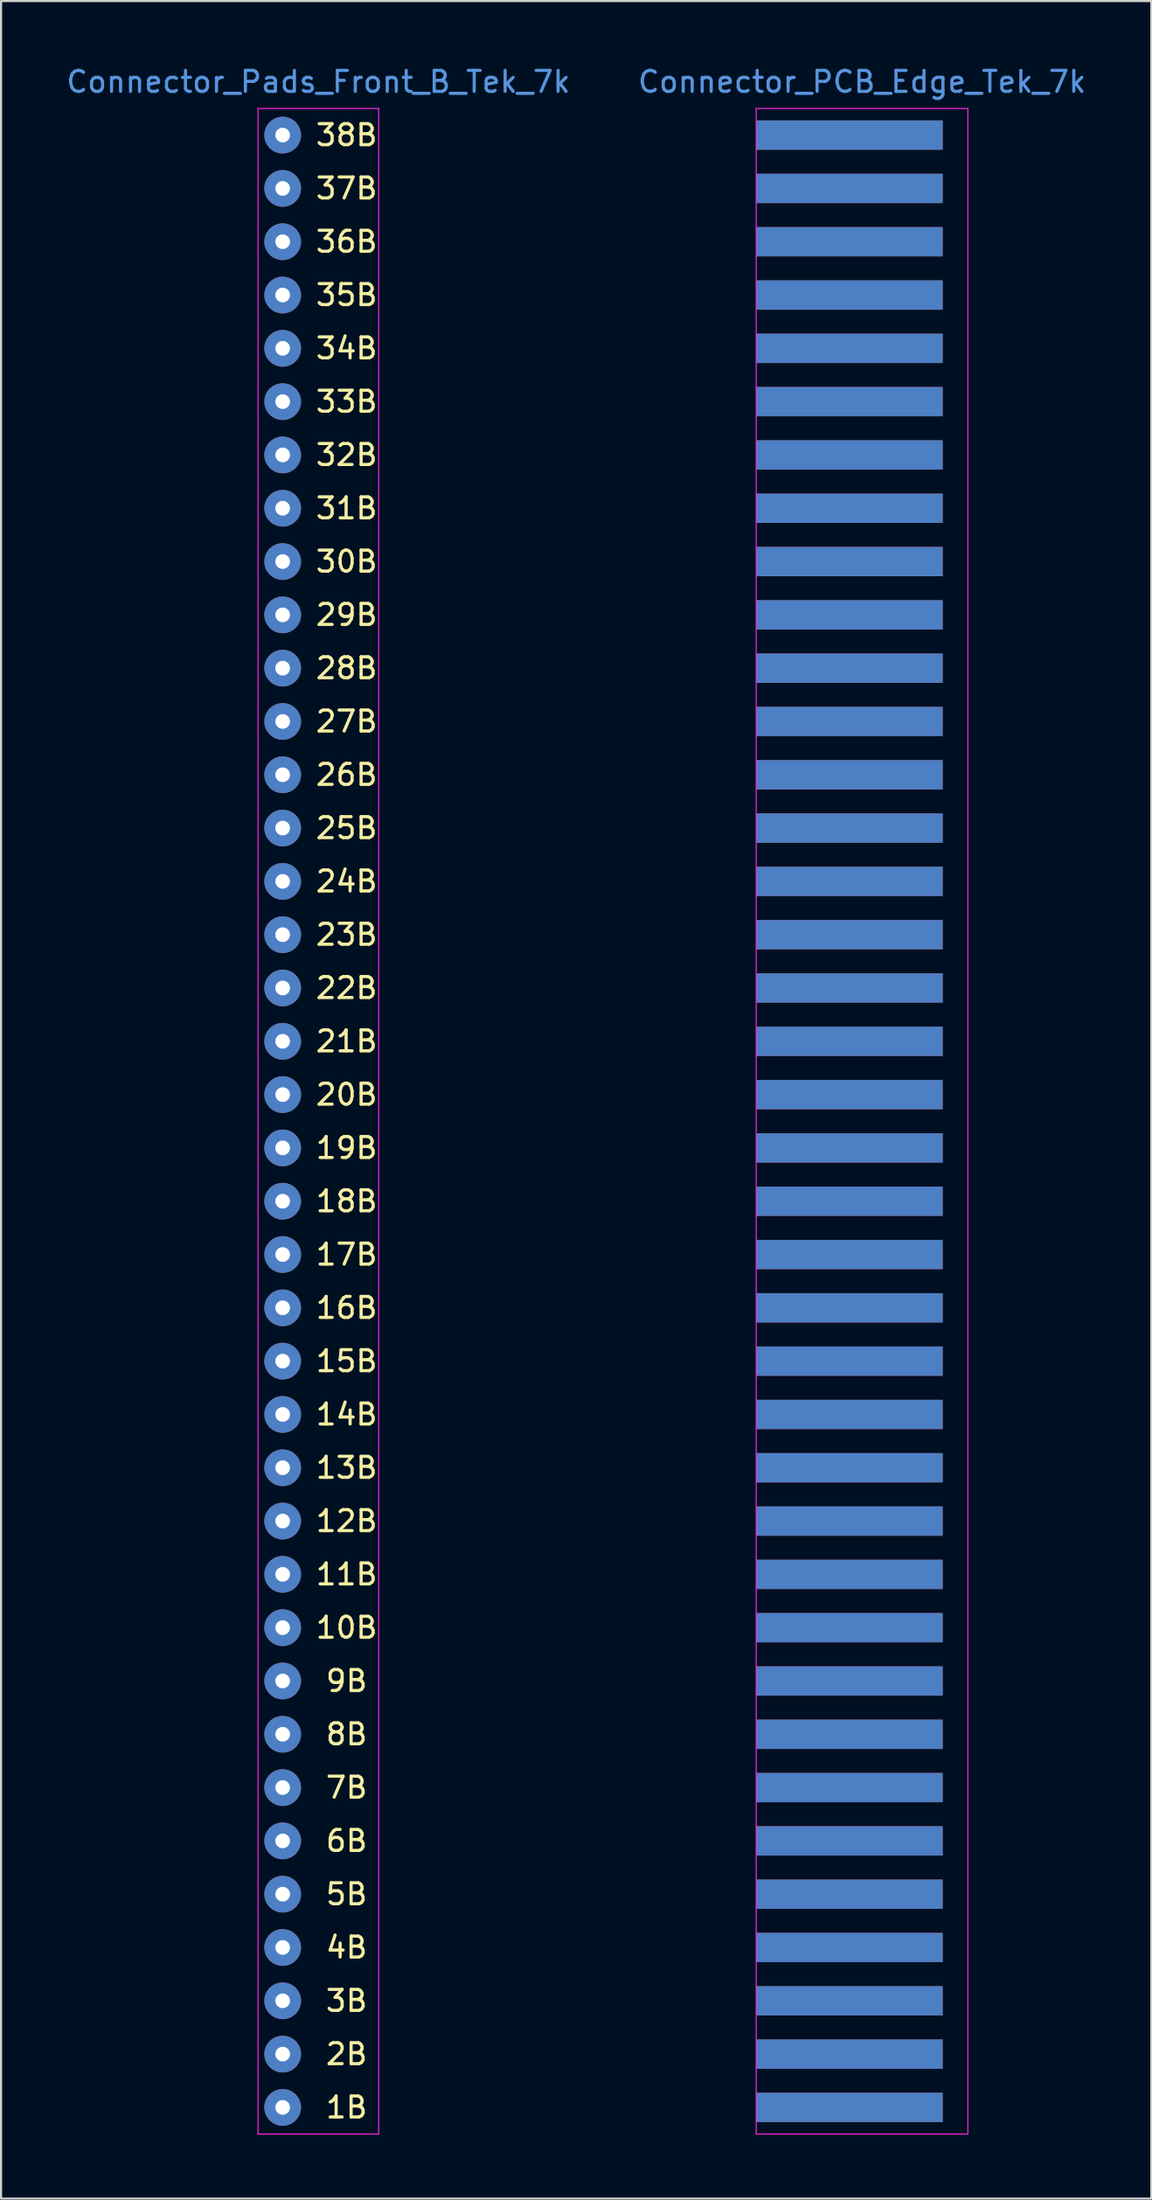
<source format=kicad_pcb>
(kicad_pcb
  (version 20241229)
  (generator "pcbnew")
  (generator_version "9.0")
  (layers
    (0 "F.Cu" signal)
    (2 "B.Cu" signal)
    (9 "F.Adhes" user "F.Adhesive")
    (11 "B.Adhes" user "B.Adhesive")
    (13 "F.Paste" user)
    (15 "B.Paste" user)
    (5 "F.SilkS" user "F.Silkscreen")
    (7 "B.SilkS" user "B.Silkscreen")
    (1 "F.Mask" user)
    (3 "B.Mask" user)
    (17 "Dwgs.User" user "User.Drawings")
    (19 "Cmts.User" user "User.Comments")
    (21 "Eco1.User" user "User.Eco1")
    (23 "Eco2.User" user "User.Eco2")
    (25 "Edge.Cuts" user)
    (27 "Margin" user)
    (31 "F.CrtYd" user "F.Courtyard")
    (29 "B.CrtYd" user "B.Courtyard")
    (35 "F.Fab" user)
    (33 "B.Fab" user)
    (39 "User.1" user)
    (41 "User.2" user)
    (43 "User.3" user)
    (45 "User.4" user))
  (footprint "Connector_Pads_Front_B_Tek_7k"
    (layer "F.Cu")
    (at 10.425 50.378)
    (property "Reference" "Connector_Pads_Front_B_Tek_7k" (at 1.7 -49.53 0) (layer "Cmts.User") (effects (font (size 1 1) (thickness 0.15))))
    (attr through_hole)
    (fp_line (start -1.175 -48.26) (end -1.175 48.26) (stroke (width 0.05) (type solid)) (layer "F.CrtYd"))
    (fp_line (start -1.175 48.26) (end 4.575 48.26) (stroke (width 0.05) (type solid)) (layer "F.CrtYd"))
    (fp_line (start 4.575 -48.26) (end -1.175 -48.26) (stroke (width 0.05) (type solid)) (layer "F.CrtYd"))
    (fp_line (start 4.575 48.26) (end 4.575 -48.26) (stroke (width 0.05) (type solid)) (layer "F.CrtYd"))
    (fp_text user "13B" (at 3.048 16.51 0) (layer "F.SilkS") (effects (font (size 1 1) (thickness 0.15))))
    (fp_text user "23B" (at 3.048 -8.89 0) (layer "F.SilkS") (effects (font (size 1 1) (thickness 0.15))))
    (fp_text user "15B" (at 3.048 11.43 0) (layer "F.SilkS") (effects (font (size 1 1) (thickness 0.15))))
    (fp_text user "29B" (at 3.048 -24.13 0) (layer "F.SilkS") (effects (font (size 1 1) (thickness 0.15))))
    (fp_text user "26B" (at 3.048 -16.51 0) (layer "F.SilkS") (effects (font (size 1 1) (thickness 0.15))))
    (fp_text user "2B" (at 3.048 44.45 0) (layer "F.SilkS") (effects (font (size 1 1) (thickness 0.15))))
    (fp_text user "37B" (at 3.048 -44.45 0) (layer "F.SilkS") (effects (font (size 1 1) (thickness 0.15))))
    (fp_text user "10B" (at 3.048 24.13 0) (layer "F.SilkS") (effects (font (size 1 1) (thickness 0.15))))
    (fp_text user "4B" (at 3.048 39.37 0) (layer "F.SilkS") (effects (font (size 1 1) (thickness 0.15))))
    (fp_text user "5B" (at 3.048 36.83 0) (layer "F.SilkS") (effects (font (size 1 1) (thickness 0.15))))
    (fp_text user "32B" (at 3.048 -31.75 0) (layer "F.SilkS") (effects (font (size 1 1) (thickness 0.15))))
    (fp_text user "22B" (at 3.048 -6.35 0) (layer "F.SilkS") (effects (font (size 1 1) (thickness 0.15))))
    (fp_text user "7B" (at 3.048 31.75 0) (layer "F.SilkS") (effects (font (size 1 1) (thickness 0.15))))
    (fp_text user "18B" (at 3.048 3.81 0) (layer "F.SilkS") (effects (font (size 1 1) (thickness 0.15))))
    (fp_text user "36B" (at 3.048 -41.91 0) (layer "F.SilkS") (effects (font (size 1 1) (thickness 0.15))))
    (fp_text user "17B" (at 3.048 6.35 0) (layer "F.SilkS") (effects (font (size 1 1) (thickness 0.15))))
    (fp_text user "27B" (at 3.048 -19.05 0) (layer "F.SilkS") (effects (font (size 1 1) (thickness 0.15))))
    (fp_text user "30B" (at 3.048 -26.67 0) (layer "F.SilkS") (effects (font (size 1 1) (thickness 0.15))))
    (fp_text user "3B" (at 3.048 41.91 0) (layer "F.SilkS") (effects (font (size 1 1) (thickness 0.15))))
    (fp_text user "20B" (at 3.048 -1.27 0) (layer "F.SilkS") (effects (font (size 1 1) (thickness 0.15))))
    (fp_text user "6B" (at 3.048 34.29 0) (layer "F.SilkS") (effects (font (size 1 1) (thickness 0.15))))
    (fp_text user "9B" (at 3.048 26.67 0) (layer "F.SilkS") (effects (font (size 1 1) (thickness 0.15))))
    (fp_text user "33B" (at 3.048 -34.29 0) (layer "F.SilkS") (effects (font (size 1 1) (thickness 0.15))))
    (fp_text user "11B" (at 3.048 21.59 0) (layer "F.SilkS") (effects (font (size 1 1) (thickness 0.15))))
    (fp_text user "34B" (at 3.048 -36.83 0) (layer "F.SilkS") (effects (font (size 1 1) (thickness 0.15))))
    (fp_text user "19B" (at 3.048 1.27 0) (layer "F.SilkS") (effects (font (size 1 1) (thickness 0.15))))
    (fp_text user "38B" (at 3.048 -46.99 0) (layer "F.SilkS") (effects (font (size 1 1) (thickness 0.15))))
    (fp_text user "28B" (at 3.048 -21.59 0) (layer "F.SilkS") (effects (font (size 1 1) (thickness 0.15))))
    (fp_text user "35B" (at 3.048 -39.37 0) (layer "F.SilkS") (effects (font (size 1 1) (thickness 0.15))))
    (fp_text user "25B" (at 3.048 -13.97 0) (layer "F.SilkS") (effects (font (size 1 1) (thickness 0.15))))
    (fp_text user "16B" (at 3.048 8.89 0) (layer "F.SilkS") (effects (font (size 1 1) (thickness 0.15))))
    (fp_text user "8B" (at 3.048 29.21 0) (layer "F.SilkS") (effects (font (size 1 1) (thickness 0.15))))
    (fp_text user "14B" (at 3.048 13.97 0) (layer "F.SilkS") (effects (font (size 1 1) (thickness 0.15))))
    (fp_text user "1B" (at 3.048 46.99 0) (layer "F.SilkS") (effects (font (size 1 1) (thickness 0.15))))
    (fp_text user "12B" (at 3.048 19.05 0) (layer "F.SilkS") (effects (font (size 1 1) (thickness 0.15))))
    (fp_text user "21B" (at 3.048 -3.81 0) (layer "F.SilkS") (effects (font (size 1 1) (thickness 0.15))))
    (fp_text user "31B" (at 3.048 -29.21 0) (layer "F.SilkS") (effects (font (size 1 1) (thickness 0.15))))
    (fp_text user "24B" (at 3.048 -11.43 0) (layer "F.SilkS") (effects (font (size 1 1) (thickness 0.15))))
    (pad "1" thru_hole circle (at 0 46.99) (size 1.75 1.75) (drill 0.7) (layers "*.Cu" "*.Mask"))
    (pad "2" thru_hole circle (at 0 44.45) (size 1.75 1.75) (drill 0.7) (layers "*.Cu" "*.Mask"))
    (pad "3" thru_hole circle (at 0 41.91) (size 1.75 1.75) (drill 0.7) (layers "*.Cu" "*.Mask"))
    (pad "4" thru_hole circle (at 0 39.37) (size 1.75 1.75) (drill 0.7) (layers "*.Cu" "*.Mask"))
    (pad "5" thru_hole circle (at 0 36.83) (size 1.75 1.75) (drill 0.7) (layers "*.Cu" "*.Mask"))
    (pad "6" thru_hole circle (at 0 34.29) (size 1.75 1.75) (drill 0.7) (layers "*.Cu" "*.Mask"))
    (pad "7" thru_hole circle (at 0 31.75) (size 1.75 1.75) (drill 0.7) (layers "*.Cu" "*.Mask"))
    (pad "8" thru_hole circle (at 0 29.21) (size 1.75 1.75) (drill 0.7) (layers "*.Cu" "*.Mask"))
    (pad "9" thru_hole circle (at 0 26.67) (size 1.75 1.75) (drill 0.7) (layers "*.Cu" "*.Mask"))
    (pad "10" thru_hole circle (at 0 24.13) (size 1.75 1.75) (drill 0.7) (layers "*.Cu" "*.Mask"))
    (pad "11" thru_hole circle (at 0 21.59) (size 1.75 1.75) (drill 0.7) (layers "*.Cu" "*.Mask"))
    (pad "12" thru_hole circle (at 0 19.05) (size 1.75 1.75) (drill 0.7) (layers "*.Cu" "*.Mask"))
    (pad "13" thru_hole circle (at 0 16.51) (size 1.75 1.75) (drill 0.7) (layers "*.Cu" "*.Mask"))
    (pad "14" thru_hole circle (at 0 13.97) (size 1.75 1.75) (drill 0.7) (layers "*.Cu" "*.Mask"))
    (pad "15" thru_hole circle (at 0 11.43) (size 1.75 1.75) (drill 0.7) (layers "*.Cu" "*.Mask"))
    (pad "16" thru_hole circle (at 0 8.89) (size 1.75 1.75) (drill 0.7) (layers "*.Cu" "*.Mask"))
    (pad "17" thru_hole circle (at 0 6.35) (size 1.75 1.75) (drill 0.7) (layers "*.Cu" "*.Mask"))
    (pad "18" thru_hole circle (at 0 3.81) (size 1.75 1.75) (drill 0.7) (layers "*.Cu" "*.Mask"))
    (pad "19" thru_hole circle (at 0 1.27) (size 1.75 1.75) (drill 0.7) (layers "*.Cu" "*.Mask"))
    (pad "20" thru_hole circle (at 0 -1.27) (size 1.75 1.75) (drill 0.7) (layers "*.Cu" "*.Mask"))
    (pad "21" thru_hole circle (at 0 -3.81) (size 1.75 1.75) (drill 0.7) (layers "*.Cu" "*.Mask"))
    (pad "22" thru_hole circle (at 0 -6.35) (size 1.75 1.75) (drill 0.7) (layers "*.Cu" "*.Mask"))
    (pad "23" thru_hole circle (at 0 -8.89) (size 1.75 1.75) (drill 0.7) (layers "*.Cu" "*.Mask"))
    (pad "24" thru_hole circle (at 0 -11.43) (size 1.75 1.75) (drill 0.7) (layers "*.Cu" "*.Mask"))
    (pad "25" thru_hole circle (at 0 -13.97) (size 1.75 1.75) (drill 0.7) (layers "*.Cu" "*.Mask"))
    (pad "26" thru_hole circle (at 0 -16.51) (size 1.75 1.75) (drill 0.7) (layers "*.Cu" "*.Mask"))
    (pad "27" thru_hole circle (at 0 -19.05) (size 1.75 1.75) (drill 0.7) (layers "*.Cu" "*.Mask"))
    (pad "28" thru_hole circle (at 0 -21.59) (size 1.75 1.75) (drill 0.7) (layers "*.Cu" "*.Mask"))
    (pad "29" thru_hole circle (at 0 -24.13) (size 1.75 1.75) (drill 0.7) (layers "*.Cu" "*.Mask"))
    (pad "30" thru_hole circle (at 0 -26.67) (size 1.75 1.75) (drill 0.7) (layers "*.Cu" "*.Mask"))
    (pad "31" thru_hole circle (at 0 -29.21) (size 1.75 1.75) (drill 0.7) (layers "*.Cu" "*.Mask"))
    (pad "32" thru_hole circle (at 0 -31.75) (size 1.75 1.75) (drill 0.7) (layers "*.Cu" "*.Mask"))
    (pad "33" thru_hole circle (at 0 -34.29) (size 1.75 1.75) (drill 0.7) (layers "*.Cu" "*.Mask"))
    (pad "34" thru_hole circle (at 0 -36.83) (size 1.75 1.75) (drill 0.7) (layers "*.Cu" "*.Mask"))
    (pad "35" thru_hole circle (at 0 -39.37) (size 1.75 1.75) (drill 0.7) (layers "*.Cu" "*.Mask"))
    (pad "36" thru_hole circle (at 0 -41.91) (size 1.75 1.75) (drill 0.7) (layers "*.Cu" "*.Mask"))
    (pad "37" thru_hole circle (at 0 -44.45) (size 1.75 1.75) (drill 0.7) (layers "*.Cu" "*.Mask"))
    (pad "38" thru_hole circle (at 0 -46.99) (size 1.75 1.75) (drill 0.7) (layers "*.Cu" "*.Mask")))
  (footprint "Connector_PCB_Edge_Tek_7k"
    (layer "F.Cu")
    (at 37.442 50.378)
    (property "Reference" "Connector_PCB_Edge_Tek_7k" (at 0.6 -49.53 0) (layer "Cmts.User") (effects (font (size 1 1) (thickness 0.15))))
    (attr through_hole)
    (fp_poly (pts (xy -4.445 -48.26) (xy -4.445 48.26) (xy 5.645 48.26) (xy 5.645 -48.26)) (stroke (width 0.15) (type solid)) (fill yes) (layer "F.Mask"))
    (fp_poly (pts (xy -4.445 -48.26) (xy -4.445 48.26) (xy 5.645 48.26) (xy 5.645 -48.26)) (stroke (width 0.15) (type solid)) (fill yes) (layer "B.Mask"))
    (fp_line (start -4.445 -48.26) (end -4.445 48.26) (stroke (width 0.05) (type solid)) (layer "F.CrtYd"))
    (fp_line (start -4.445 48.26) (end 5.645 48.26) (stroke (width 0.05) (type solid)) (layer "F.CrtYd"))
    (fp_line (start 5.645 -48.26) (end -4.445 -48.26) (stroke (width 0.05) (type solid)) (layer "F.CrtYd"))
    (fp_line (start 5.645 48.26) (end 5.645 -48.26) (stroke (width 0.05) (type solid)) (layer "F.CrtYd"))
    (pad "1A" smd rect (at 0 46.99) (size 8.89 1.397) (layers "B.Cu" "B.Mask"))
    (pad "1B" smd rect (at 0 46.99) (size 8.89 1.397) (layers "F.Cu" "F.Mask"))
    (pad "2A" smd rect (at 0 44.45) (size 8.89 1.397) (layers "B.Cu" "B.Mask"))
    (pad "2B" smd rect (at 0 44.45) (size 8.89 1.397) (layers "F.Cu" "F.Mask"))
    (pad "3A" smd rect (at 0 41.91) (size 8.89 1.397) (layers "B.Cu" "B.Mask"))
    (pad "3B" smd rect (at 0 41.91) (size 8.89 1.397) (layers "F.Cu" "F.Mask"))
    (pad "4A" smd rect (at 0 39.37) (size 8.89 1.397) (layers "B.Cu" "B.Mask"))
    (pad "4B" smd rect (at 0 39.37) (size 8.89 1.397) (layers "F.Cu" "F.Mask"))
    (pad "5A" smd rect (at 0 36.83) (size 8.89 1.397) (layers "B.Cu" "B.Mask"))
    (pad "5B" smd rect (at 0 36.83) (size 8.89 1.397) (layers "F.Cu" "F.Mask"))
    (pad "6A" smd rect (at 0 34.29) (size 8.89 1.397) (layers "B.Cu" "B.Mask"))
    (pad "6B" smd rect (at 0 34.29) (size 8.89 1.397) (layers "F.Cu" "F.Mask"))
    (pad "7A" smd rect (at 0 31.75) (size 8.89 1.397) (layers "B.Cu" "B.Mask"))
    (pad "7B" smd rect (at 0 31.75) (size 8.89 1.397) (layers "F.Cu" "F.Mask"))
    (pad "8A" smd rect (at 0 29.21) (size 8.89 1.397) (layers "B.Cu" "B.Mask"))
    (pad "8B" smd rect (at 0 29.21) (size 8.89 1.397) (layers "F.Cu" "F.Mask"))
    (pad "9A" smd rect (at 0 26.67) (size 8.89 1.397) (layers "B.Cu" "B.Mask"))
    (pad "9B" smd rect (at 0 26.67) (size 8.89 1.397) (layers "F.Cu" "F.Mask"))
    (pad "10A" smd rect (at 0 24.13) (size 8.89 1.397) (layers "B.Cu" "B.Mask"))
    (pad "10B" smd rect (at 0 24.13) (size 8.89 1.397) (layers "F.Cu" "F.Mask"))
    (pad "11A" smd rect (at 0 21.59) (size 8.89 1.397) (layers "B.Cu" "B.Mask"))
    (pad "11B" smd rect (at 0 21.59) (size 8.89 1.397) (layers "F.Cu" "F.Mask"))
    (pad "12A" smd rect (at 0 19.05) (size 8.89 1.397) (layers "B.Cu" "B.Mask"))
    (pad "12B" smd rect (at 0 19.05) (size 8.89 1.397) (layers "F.Cu" "F.Mask"))
    (pad "13A" smd rect (at 0 16.51) (size 8.89 1.397) (layers "B.Cu" "B.Mask"))
    (pad "13B" smd rect (at 0 16.51) (size 8.89 1.397) (layers "F.Cu" "F.Mask"))
    (pad "14A" smd rect (at 0 13.97) (size 8.89 1.397) (layers "B.Cu" "B.Mask"))
    (pad "14B" smd rect (at 0 13.97) (size 8.89 1.397) (layers "F.Cu" "F.Mask"))
    (pad "15A" smd rect (at 0 11.43) (size 8.89 1.397) (layers "B.Cu" "B.Mask"))
    (pad "15B" smd rect (at 0 11.43) (size 8.89 1.397) (layers "F.Cu" "F.Mask"))
    (pad "16A" smd rect (at 0 8.89) (size 8.89 1.397) (layers "B.Cu" "B.Mask"))
    (pad "16B" smd rect (at 0 8.89) (size 8.89 1.397) (layers "F.Cu" "F.Mask"))
    (pad "17A" smd rect (at 0 6.35) (size 8.89 1.397) (layers "B.Cu" "B.Mask"))
    (pad "17B" smd rect (at 0 6.35) (size 8.89 1.397) (layers "F.Cu" "F.Mask"))
    (pad "18A" smd rect (at 0 3.81) (size 8.89 1.397) (layers "B.Cu" "B.Mask"))
    (pad "18B" smd rect (at 0 3.81) (size 8.89 1.397) (layers "F.Cu" "F.Mask"))
    (pad "19A" smd rect (at 0 1.27) (size 8.89 1.397) (layers "B.Cu" "B.Mask"))
    (pad "19B" smd rect (at 0 1.27) (size 8.89 1.397) (layers "F.Cu" "F.Mask"))
    (pad "20A" smd rect (at 0 -1.27) (size 8.89 1.397) (layers "B.Cu" "B.Mask"))
    (pad "20B" smd rect (at 0 -1.27) (size 8.89 1.397) (layers "F.Cu" "F.Mask"))
    (pad "21A" smd rect (at 0 -3.81) (size 8.89 1.397) (layers "B.Cu" "B.Mask"))
    (pad "21B" smd rect (at 0 -3.81) (size 8.89 1.397) (layers "F.Cu" "F.Mask"))
    (pad "22A" smd rect (at 0 -6.35) (size 8.89 1.397) (layers "B.Cu" "B.Mask"))
    (pad "22B" smd rect (at 0 -6.35) (size 8.89 1.397) (layers "F.Cu" "F.Mask"))
    (pad "23A" smd rect (at 0 -8.89) (size 8.89 1.397) (layers "B.Cu" "B.Mask"))
    (pad "23B" smd rect (at 0 -8.89) (size 8.89 1.397) (layers "F.Cu" "F.Mask"))
    (pad "24A" smd rect (at 0 -11.43) (size 8.89 1.397) (layers "B.Cu" "B.Mask"))
    (pad "24B" smd rect (at 0 -11.43) (size 8.89 1.397) (layers "F.Cu" "F.Mask"))
    (pad "25A" smd rect (at 0 -13.97) (size 8.89 1.397) (layers "B.Cu" "B.Mask"))
    (pad "25B" smd rect (at 0 -13.97) (size 8.89 1.397) (layers "F.Cu" "F.Mask"))
    (pad "26A" smd rect (at 0 -16.51) (size 8.89 1.397) (layers "B.Cu" "B.Mask"))
    (pad "26B" smd rect (at 0 -16.51) (size 8.89 1.397) (layers "F.Cu" "F.Mask"))
    (pad "27A" smd rect (at 0 -19.05) (size 8.89 1.397) (layers "B.Cu" "B.Mask"))
    (pad "27B" smd rect (at 0 -19.05) (size 8.89 1.397) (layers "F.Cu" "F.Mask"))
    (pad "28A" smd rect (at 0 -21.59) (size 8.89 1.397) (layers "B.Cu" "B.Mask"))
    (pad "28B" smd rect (at 0 -21.59) (size 8.89 1.397) (layers "F.Cu" "F.Mask"))
    (pad "29A" smd rect (at 0 -24.13) (size 8.89 1.397) (layers "B.Cu" "B.Mask"))
    (pad "29B" smd rect (at 0 -24.13) (size 8.89 1.397) (layers "F.Cu" "F.Mask"))
    (pad "30A" smd rect (at 0 -26.67) (size 8.89 1.397) (layers "B.Cu" "B.Mask"))
    (pad "30B" smd rect (at 0 -26.67) (size 8.89 1.397) (layers "F.Cu" "F.Mask"))
    (pad "31A" smd rect (at 0 -29.21) (size 8.89 1.397) (layers "B.Cu" "B.Mask"))
    (pad "31B" smd rect (at 0 -29.21) (size 8.89 1.397) (layers "F.Cu" "F.Mask"))
    (pad "32A" smd rect (at 0 -31.75) (size 8.89 1.397) (layers "B.Cu" "B.Mask"))
    (pad "32B" smd rect (at 0 -31.75) (size 8.89 1.397) (layers "F.Cu" "F.Mask"))
    (pad "33A" smd rect (at 0 -34.29) (size 8.89 1.397) (layers "B.Cu" "B.Mask"))
    (pad "33B" smd rect (at 0 -34.29) (size 8.89 1.397) (layers "F.Cu" "F.Mask"))
    (pad "34A" smd rect (at 0 -36.83) (size 8.89 1.397) (layers "B.Cu" "B.Mask"))
    (pad "34B" smd rect (at 0 -36.83) (size 8.89 1.397) (layers "F.Cu" "F.Mask"))
    (pad "35A" smd rect (at 0 -39.37) (size 8.89 1.397) (layers "B.Cu" "B.Mask"))
    (pad "35B" smd rect (at 0 -39.37) (size 8.89 1.397) (layers "F.Cu" "F.Mask"))
    (pad "36A" smd rect (at 0 -41.91) (size 8.89 1.397) (layers "B.Cu" "B.Mask"))
    (pad "36B" smd rect (at 0 -41.91) (size 8.89 1.397) (layers "F.Cu" "F.Mask"))
    (pad "37A" smd rect (at 0 -44.45) (size 8.89 1.397) (layers "B.Cu" "B.Mask"))
    (pad "37B" smd rect (at 0 -44.45) (size 8.89 1.397) (layers "F.Cu" "F.Mask"))
    (pad "38A" smd rect (at 0 -46.99) (size 8.89 1.397) (layers "B.Cu" "B.Mask"))
    (pad "38B" smd rect (at 0 -46.99) (size 8.89 1.397) (layers "F.Cu" "F.Mask")))
  (gr_rect
    (start -3 -3)
    (end 51.833 101.713)
    (stroke (width 0.1) (type default))
    (fill no)
    (layer "Edge.Cuts")))
</source>
